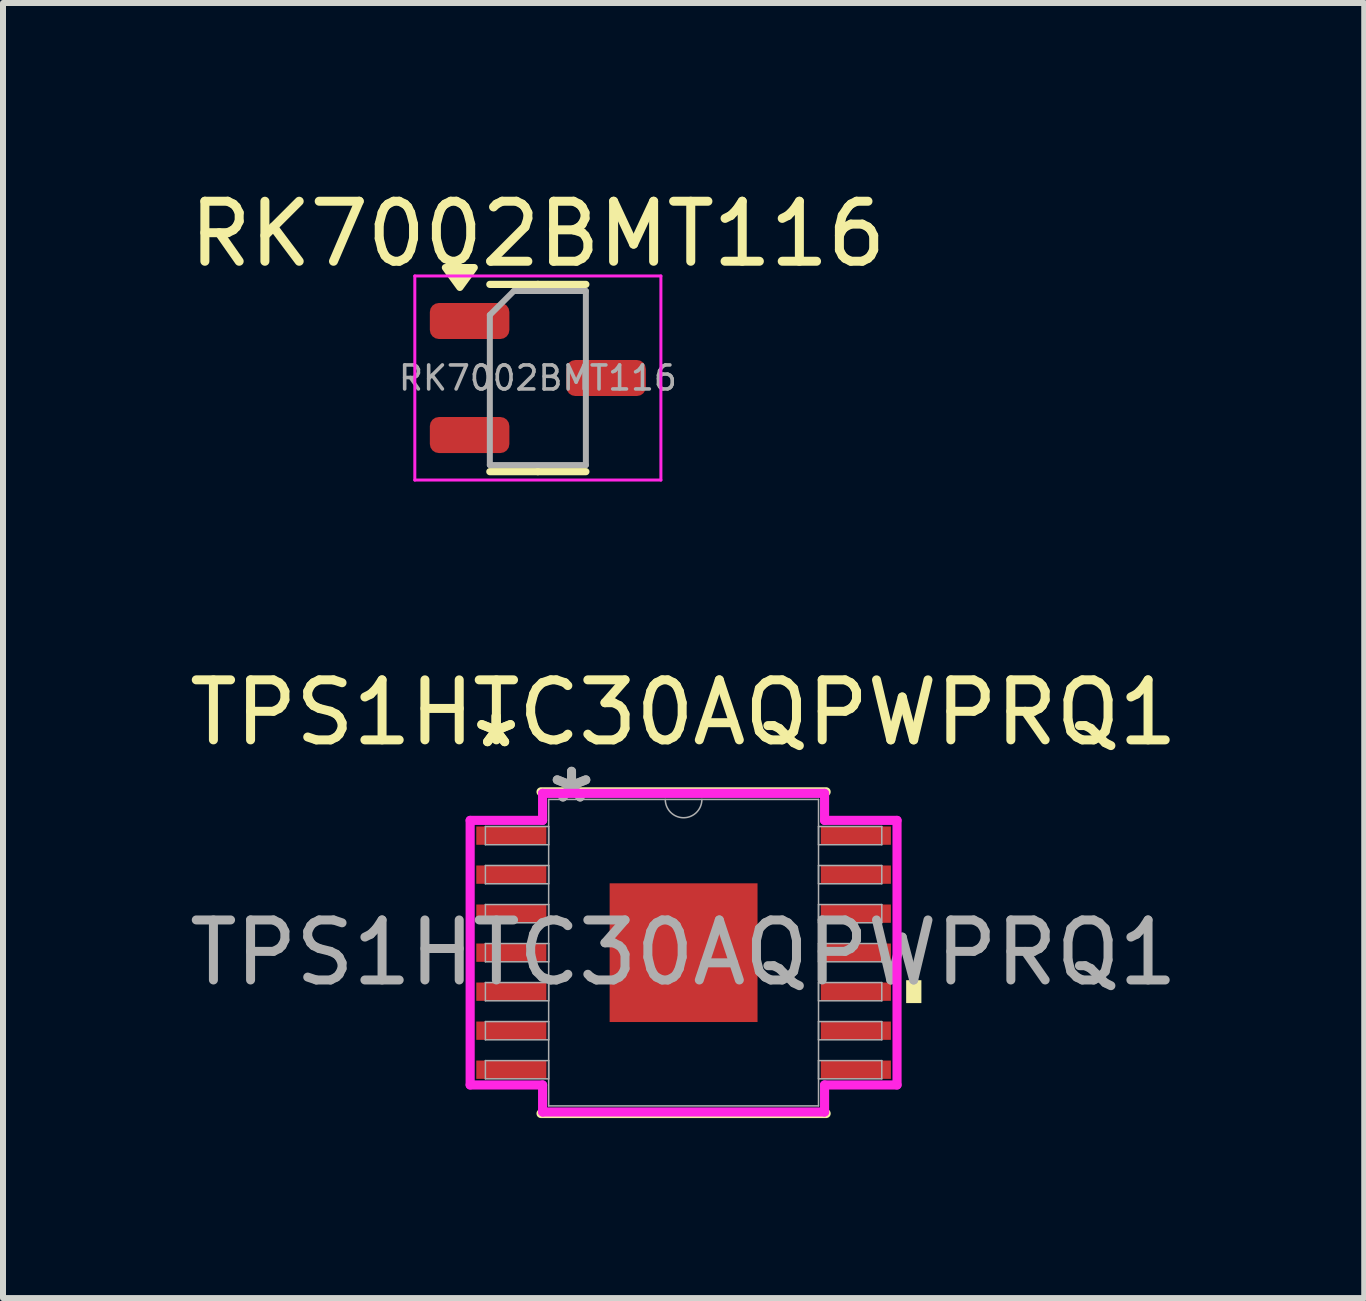
<source format=kicad_pcb>
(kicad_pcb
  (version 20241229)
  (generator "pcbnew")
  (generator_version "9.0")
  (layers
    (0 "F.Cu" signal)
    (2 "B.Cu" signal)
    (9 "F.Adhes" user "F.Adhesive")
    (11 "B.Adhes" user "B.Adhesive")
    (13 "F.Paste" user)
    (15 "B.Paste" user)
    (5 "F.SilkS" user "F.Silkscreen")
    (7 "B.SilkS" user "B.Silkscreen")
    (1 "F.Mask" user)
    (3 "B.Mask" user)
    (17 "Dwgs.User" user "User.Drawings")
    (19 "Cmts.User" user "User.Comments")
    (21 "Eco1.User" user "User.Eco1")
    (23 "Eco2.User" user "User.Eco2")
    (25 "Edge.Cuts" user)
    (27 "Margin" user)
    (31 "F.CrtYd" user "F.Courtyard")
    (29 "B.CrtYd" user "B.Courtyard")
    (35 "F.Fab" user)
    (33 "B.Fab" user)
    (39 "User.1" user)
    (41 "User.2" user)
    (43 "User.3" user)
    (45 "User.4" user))
  (footprint "RK7002BMT116"
    (layer "F.Cu")
    (at 5.911 3.248)
    (property "Reference" "RK7002BMT116" (at 0 -2.4 0) (layer "F.SilkS") (effects (font (size 1 1) (thickness 0.15))))
    (attr smd)
    (fp_line (start 0 -1.56) (end -0.8 -1.56) (stroke (width 0.12) (type solid)) (layer "F.SilkS"))
    (fp_line (start 0 -1.56) (end 0.8 -1.56) (stroke (width 0.12) (type solid)) (layer "F.SilkS"))
    (fp_line (start 0 1.56) (end -0.8 1.56) (stroke (width 0.12) (type solid)) (layer "F.SilkS"))
    (fp_line (start 0 1.56) (end 0.8 1.56) (stroke (width 0.12) (type solid)) (layer "F.SilkS"))
    (fp_poly (pts (xy -1.3 -1.51) (xy -1.54 -1.84) (xy -1.06 -1.84) (xy -1.3 -1.51)) (stroke (width 0.12) (type solid)) (fill yes) (layer "F.SilkS"))
    (fp_line (start -2.05 -1.7) (end -2.05 1.7) (stroke (width 0.05) (type solid)) (layer "F.CrtYd"))
    (fp_line (start -2.05 1.7) (end 2.05 1.7) (stroke (width 0.05) (type solid)) (layer "F.CrtYd"))
    (fp_line (start 2.05 -1.7) (end -2.05 -1.7) (stroke (width 0.05) (type solid)) (layer "F.CrtYd"))
    (fp_line (start 2.05 1.7) (end 2.05 -1.7) (stroke (width 0.05) (type solid)) (layer "F.CrtYd"))
    (fp_line (start -0.8 -1.05) (end -0.4 -1.45) (stroke (width 0.1) (type solid)) (layer "F.Fab"))
    (fp_line (start -0.8 1.45) (end -0.8 -1.05) (stroke (width 0.1) (type solid)) (layer "F.Fab"))
    (fp_line (start -0.4 -1.45) (end 0.8 -1.45) (stroke (width 0.1) (type solid)) (layer "F.Fab"))
    (fp_line (start 0.8 -1.45) (end 0.8 1.45) (stroke (width 0.1) (type solid)) (layer "F.Fab"))
    (fp_line (start 0.8 1.45) (end -0.8 1.45) (stroke (width 0.1) (type solid)) (layer "F.Fab"))
    (fp_text user "${REFERENCE}" (at 0 0 0) (layer "F.Fab") (effects (font (size 0.4 0.4) (thickness 0.06))))
    (pad "1" smd roundrect (at -1.137 0.95) (size 1.325 0.6) (layers "F.Cu" "F.Mask" "F.Paste") (roundrect_rratio 0.25))
    (pad "2" smd roundrect (at -1.137 -0.95) (size 1.325 0.6) (layers "F.Cu" "F.Mask" "F.Paste") (roundrect_rratio 0.25))
    (pad "3" smd roundrect (at 1.137 0) (size 1.325 0.6) (layers "F.Cu" "F.Mask" "F.Paste") (roundrect_rratio 0.25)))
  (footprint "TPS1HTC30AQPWPRQ1"
    (layer "F.Cu")
    (at 8.339 12.822)
    (property "Reference" "TPS1HTC30AQPWPRQ1" (at 0 -4 0) (unlocked yes) (layer "F.SilkS") (effects (font (size 1 1) (thickness 0.15))))
    (attr smd)
    (fp_line (start -2.375 2.68) (end 2.375 2.68) (stroke (width 0.152) (type solid)) (layer "F.SilkS"))
    (fp_line (start 2.375 -2.68) (end -2.375 -2.68) (stroke (width 0.152) (type solid)) (layer "F.SilkS"))
    (fp_poly (pts (xy 3.962 0.459) (xy 3.962 0.84) (xy 3.708 0.84) (xy 3.708 0.459)) (stroke (width 0) (type solid)) (fill yes) (layer "F.SilkS"))
    (fp_line (start -3.556 -2.204) (end -2.349 -2.204) (stroke (width 0.152) (type solid)) (layer "F.CrtYd"))
    (fp_line (start -3.556 2.204) (end -3.556 -2.204) (stroke (width 0.152) (type solid)) (layer "F.CrtYd"))
    (fp_line (start -3.556 2.204) (end -2.349 2.204) (stroke (width 0.152) (type solid)) (layer "F.CrtYd"))
    (fp_line (start -2.349 -2.654) (end 2.349 -2.654) (stroke (width 0.152) (type solid)) (layer "F.CrtYd"))
    (fp_line (start -2.349 -2.204) (end -2.349 -2.654) (stroke (width 0.152) (type solid)) (layer "F.CrtYd"))
    (fp_line (start -2.349 2.654) (end -2.349 2.204) (stroke (width 0.152) (type solid)) (layer "F.CrtYd"))
    (fp_line (start 2.349 -2.654) (end 2.349 -2.204) (stroke (width 0.152) (type solid)) (layer "F.CrtYd"))
    (fp_line (start 2.349 2.204) (end 2.349 2.654) (stroke (width 0.152) (type solid)) (layer "F.CrtYd"))
    (fp_line (start 2.349 2.654) (end -2.349 2.654) (stroke (width 0.152) (type solid)) (layer "F.CrtYd"))
    (fp_line (start 3.556 -2.204) (end 2.349 -2.204) (stroke (width 0.152) (type solid)) (layer "F.CrtYd"))
    (fp_line (start 3.556 -2.204) (end 3.556 2.204) (stroke (width 0.152) (type solid)) (layer "F.CrtYd"))
    (fp_line (start 3.556 2.204) (end 2.349 2.204) (stroke (width 0.152) (type solid)) (layer "F.CrtYd"))
    (fp_line (start -3.302 -2.102) (end -3.302 -1.798) (stroke (width 0.025) (type solid)) (layer "F.Fab"))
    (fp_line (start -3.302 -1.798) (end -2.248 -1.798) (stroke (width 0.025) (type solid)) (layer "F.Fab"))
    (fp_line (start -3.302 -1.452) (end -3.302 -1.148) (stroke (width 0.025) (type solid)) (layer "F.Fab"))
    (fp_line (start -3.302 -1.148) (end -2.248 -1.148) (stroke (width 0.025) (type solid)) (layer "F.Fab"))
    (fp_line (start -3.302 -0.802) (end -3.302 -0.498) (stroke (width 0.025) (type solid)) (layer "F.Fab"))
    (fp_line (start -3.302 -0.498) (end -2.248 -0.498) (stroke (width 0.025) (type solid)) (layer "F.Fab"))
    (fp_line (start -3.302 -0.152) (end -3.302 0.152) (stroke (width 0.025) (type solid)) (layer "F.Fab"))
    (fp_line (start -3.302 0.152) (end -2.248 0.152) (stroke (width 0.025) (type solid)) (layer "F.Fab"))
    (fp_line (start -3.302 0.498) (end -3.302 0.802) (stroke (width 0.025) (type solid)) (layer "F.Fab"))
    (fp_line (start -3.302 0.802) (end -2.248 0.802) (stroke (width 0.025) (type solid)) (layer "F.Fab"))
    (fp_line (start -3.302 1.148) (end -3.302 1.452) (stroke (width 0.025) (type solid)) (layer "F.Fab"))
    (fp_line (start -3.302 1.452) (end -2.248 1.452) (stroke (width 0.025) (type solid)) (layer "F.Fab"))
    (fp_line (start -3.302 1.798) (end -3.302 2.102) (stroke (width 0.025) (type solid)) (layer "F.Fab"))
    (fp_line (start -3.302 2.102) (end -2.248 2.102) (stroke (width 0.025) (type solid)) (layer "F.Fab"))
    (fp_line (start -2.248 -2.553) (end -2.248 2.553) (stroke (width 0.025) (type solid)) (layer "F.Fab"))
    (fp_line (start -2.248 -2.102) (end -3.302 -2.102) (stroke (width 0.025) (type solid)) (layer "F.Fab"))
    (fp_line (start -2.248 -1.798) (end -2.248 -2.102) (stroke (width 0.025) (type solid)) (layer "F.Fab"))
    (fp_line (start -2.248 -1.452) (end -3.302 -1.452) (stroke (width 0.025) (type solid)) (layer "F.Fab"))
    (fp_line (start -2.248 -1.148) (end -2.248 -1.452) (stroke (width 0.025) (type solid)) (layer "F.Fab"))
    (fp_line (start -2.248 -0.802) (end -3.302 -0.802) (stroke (width 0.025) (type solid)) (layer "F.Fab"))
    (fp_line (start -2.248 -0.498) (end -2.248 -0.802) (stroke (width 0.025) (type solid)) (layer "F.Fab"))
    (fp_line (start -2.248 -0.152) (end -3.302 -0.152) (stroke (width 0.025) (type solid)) (layer "F.Fab"))
    (fp_line (start -2.248 0.152) (end -2.248 -0.152) (stroke (width 0.025) (type solid)) (layer "F.Fab"))
    (fp_line (start -2.248 0.498) (end -3.302 0.498) (stroke (width 0.025) (type solid)) (layer "F.Fab"))
    (fp_line (start -2.248 0.802) (end -2.248 0.498) (stroke (width 0.025) (type solid)) (layer "F.Fab"))
    (fp_line (start -2.248 1.148) (end -3.302 1.148) (stroke (width 0.025) (type solid)) (layer "F.Fab"))
    (fp_line (start -2.248 1.452) (end -2.248 1.148) (stroke (width 0.025) (type solid)) (layer "F.Fab"))
    (fp_line (start -2.248 1.798) (end -3.302 1.798) (stroke (width 0.025) (type solid)) (layer "F.Fab"))
    (fp_line (start -2.248 2.102) (end -2.248 1.798) (stroke (width 0.025) (type solid)) (layer "F.Fab"))
    (fp_line (start -2.248 2.553) (end 2.248 2.553) (stroke (width 0.025) (type solid)) (layer "F.Fab"))
    (fp_line (start 2.248 -2.553) (end -2.248 -2.553) (stroke (width 0.025) (type solid)) (layer "F.Fab"))
    (fp_line (start 2.248 -2.102) (end 2.248 -1.798) (stroke (width 0.025) (type solid)) (layer "F.Fab"))
    (fp_line (start 2.248 -1.798) (end 3.302 -1.798) (stroke (width 0.025) (type solid)) (layer "F.Fab"))
    (fp_line (start 2.248 -1.452) (end 2.248 -1.148) (stroke (width 0.025) (type solid)) (layer "F.Fab"))
    (fp_line (start 2.248 -1.148) (end 3.302 -1.148) (stroke (width 0.025) (type solid)) (layer "F.Fab"))
    (fp_line (start 2.248 -0.802) (end 2.248 -0.498) (stroke (width 0.025) (type solid)) (layer "F.Fab"))
    (fp_line (start 2.248 -0.498) (end 3.302 -0.498) (stroke (width 0.025) (type solid)) (layer "F.Fab"))
    (fp_line (start 2.248 -0.152) (end 2.248 0.152) (stroke (width 0.025) (type solid)) (layer "F.Fab"))
    (fp_line (start 2.248 0.152) (end 3.302 0.152) (stroke (width 0.025) (type solid)) (layer "F.Fab"))
    (fp_line (start 2.248 0.498) (end 2.248 0.802) (stroke (width 0.025) (type solid)) (layer "F.Fab"))
    (fp_line (start 2.248 0.802) (end 3.302 0.802) (stroke (width 0.025) (type solid)) (layer "F.Fab"))
    (fp_line (start 2.248 1.148) (end 2.248 1.452) (stroke (width 0.025) (type solid)) (layer "F.Fab"))
    (fp_line (start 2.248 1.452) (end 3.302 1.452) (stroke (width 0.025) (type solid)) (layer "F.Fab"))
    (fp_line (start 2.248 1.798) (end 2.248 2.102) (stroke (width 0.025) (type solid)) (layer "F.Fab"))
    (fp_line (start 2.248 2.102) (end 3.302 2.102) (stroke (width 0.025) (type solid)) (layer "F.Fab"))
    (fp_line (start 2.248 2.553) (end 2.248 -2.553) (stroke (width 0.025) (type solid)) (layer "F.Fab"))
    (fp_line (start 3.302 -2.102) (end 2.248 -2.102) (stroke (width 0.025) (type solid)) (layer "F.Fab"))
    (fp_line (start 3.302 -1.798) (end 3.302 -2.102) (stroke (width 0.025) (type solid)) (layer "F.Fab"))
    (fp_line (start 3.302 -1.452) (end 2.248 -1.452) (stroke (width 0.025) (type solid)) (layer "F.Fab"))
    (fp_line (start 3.302 -1.148) (end 3.302 -1.452) (stroke (width 0.025) (type solid)) (layer "F.Fab"))
    (fp_line (start 3.302 -0.802) (end 2.248 -0.802) (stroke (width 0.025) (type solid)) (layer "F.Fab"))
    (fp_line (start 3.302 -0.498) (end 3.302 -0.802) (stroke (width 0.025) (type solid)) (layer "F.Fab"))
    (fp_line (start 3.302 -0.152) (end 2.248 -0.152) (stroke (width 0.025) (type solid)) (layer "F.Fab"))
    (fp_line (start 3.302 0.152) (end 3.302 -0.152) (stroke (width 0.025) (type solid)) (layer "F.Fab"))
    (fp_line (start 3.302 0.498) (end 2.248 0.498) (stroke (width 0.025) (type solid)) (layer "F.Fab"))
    (fp_line (start 3.302 0.802) (end 3.302 0.498) (stroke (width 0.025) (type solid)) (layer "F.Fab"))
    (fp_line (start 3.302 1.148) (end 2.248 1.148) (stroke (width 0.025) (type solid)) (layer "F.Fab"))
    (fp_line (start 3.302 1.452) (end 3.302 1.148) (stroke (width 0.025) (type solid)) (layer "F.Fab"))
    (fp_line (start 3.302 1.798) (end 2.248 1.798) (stroke (width 0.025) (type solid)) (layer "F.Fab"))
    (fp_line (start 3.302 2.102) (end 3.302 1.798) (stroke (width 0.025) (type solid)) (layer "F.Fab"))
    (fp_arc (start 0.3048 -2.5527) (mid 0 -2.2479) (end -0.3048 -2.5527) (stroke (width 0.0254) (type solid)) (layer "F.Fab"))
    (fp_text user "*" (at -3.124 -3.398 0) (unlocked yes) (layer "F.SilkS") (effects (font (size 1 1) (thickness 0.15))))
    (fp_text user "*" (at -3.124 -3.398 0) (layer "F.SilkS") (effects (font (size 1 1) (thickness 0.15))))
    (fp_text user "*" (at -1.867 -2.477 0) (unlocked yes) (layer "F.Fab") (effects (font (size 1 1) (thickness 0.15))))
    (fp_text user "*" (at -1.867 -2.477 0) (layer "F.Fab") (effects (font (size 1 1) (thickness 0.15))))
    (fp_text user "${REFERENCE}" (at 0 0 0) (unlocked yes) (layer "F.Fab") (effects (font (size 1 1) (thickness 0.15))))
    (pad "1" smd rect (at -2.87 -1.95) (size 1.168 0.305) (layers "F.Cu" "F.Mask" "F.Paste"))
    (pad "2" smd rect (at -2.87 -1.3) (size 1.168 0.305) (layers "F.Cu" "F.Mask" "F.Paste"))
    (pad "3" smd rect (at -2.87 -0.65) (size 1.168 0.305) (layers "F.Cu" "F.Mask" "F.Paste"))
    (pad "4" smd rect (at -2.87 0) (size 1.168 0.305) (layers "F.Cu" "F.Mask" "F.Paste"))
    (pad "5" smd rect (at -2.87 0.65) (size 1.168 0.305) (layers "F.Cu" "F.Mask" "F.Paste"))
    (pad "6" smd rect (at -2.87 1.3) (size 1.168 0.305) (layers "F.Cu" "F.Mask" "F.Paste"))
    (pad "7" smd rect (at -2.87 1.95) (size 1.168 0.305) (layers "F.Cu" "F.Mask" "F.Paste"))
    (pad "8" smd rect (at 2.87 1.95) (size 1.168 0.305) (layers "F.Cu" "F.Mask" "F.Paste"))
    (pad "9" smd rect (at 2.87 1.3) (size 1.168 0.305) (layers "F.Cu" "F.Mask" "F.Paste"))
    (pad "10" smd rect (at 2.87 0.65) (size 1.168 0.305) (layers "F.Cu" "F.Mask" "F.Paste"))
    (pad "11" smd rect (at 2.87 0) (size 1.168 0.305) (layers "F.Cu" "F.Mask" "F.Paste"))
    (pad "12" smd rect (at 2.87 -0.65) (size 1.168 0.305) (layers "F.Cu" "F.Mask" "F.Paste"))
    (pad "13" smd rect (at 2.87 -1.3) (size 1.168 0.305) (layers "F.Cu" "F.Mask" "F.Paste"))
    (pad "14" smd rect (at 2.87 -1.95) (size 1.168 0.305) (layers "F.Cu" "F.Mask" "F.Paste"))
    (pad "EPAD" smd rect (at 0 0) (size 2.464 2.311) (layers "F.Cu" "F.Mask" "F.Paste")))
  (gr_rect
    (start -3 -3)
    (end 19.679 18.577)
    (stroke (width 0.1) (type default))
    (fill no)
    (layer "Edge.Cuts")))
</source>
